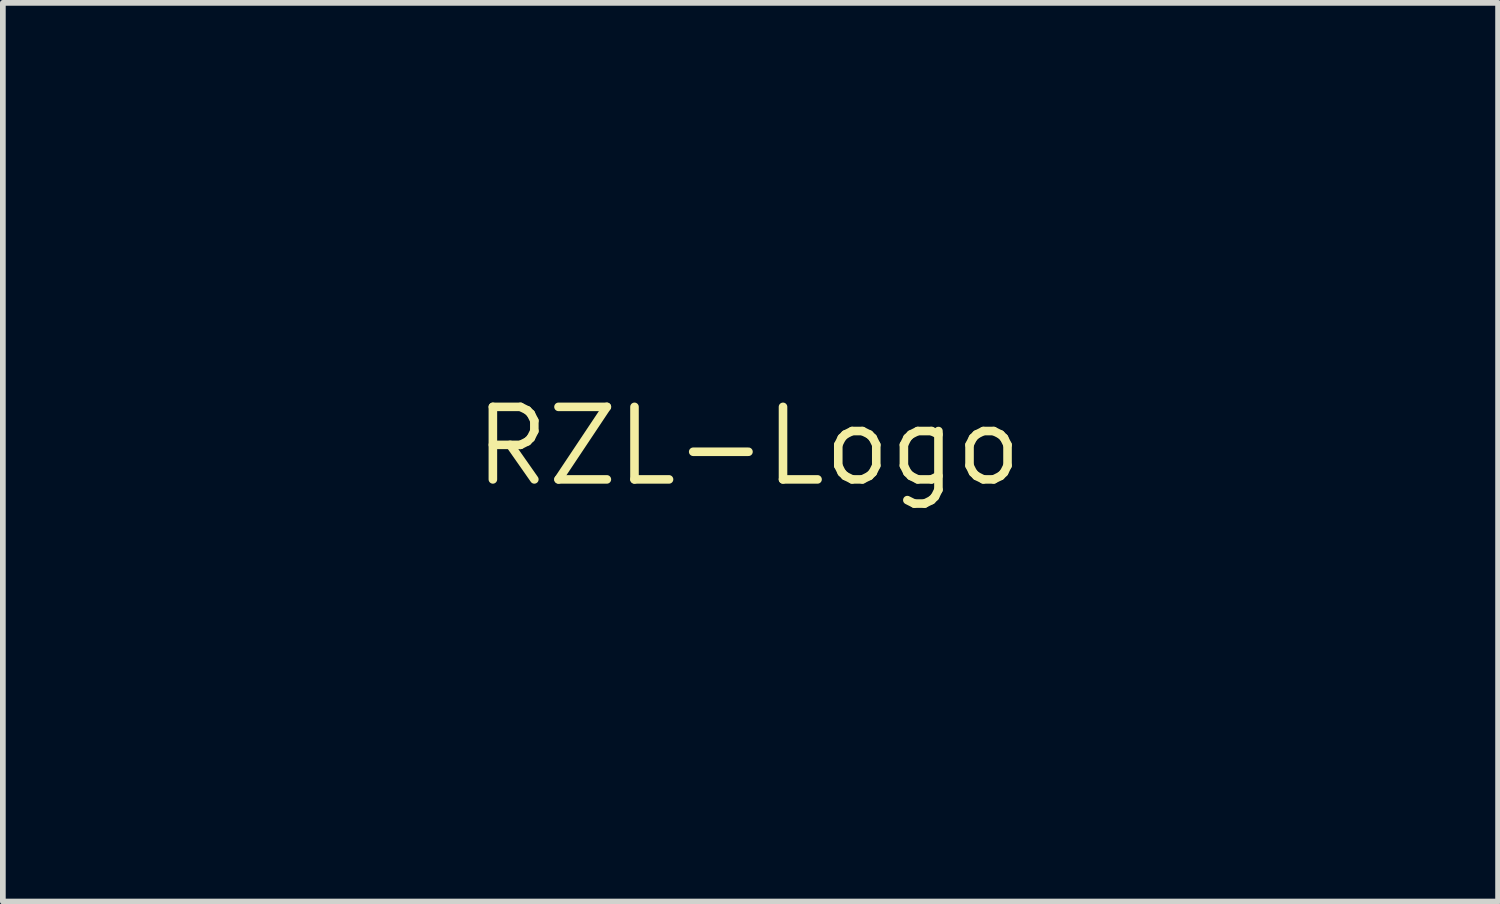
<source format=kicad_pcb>
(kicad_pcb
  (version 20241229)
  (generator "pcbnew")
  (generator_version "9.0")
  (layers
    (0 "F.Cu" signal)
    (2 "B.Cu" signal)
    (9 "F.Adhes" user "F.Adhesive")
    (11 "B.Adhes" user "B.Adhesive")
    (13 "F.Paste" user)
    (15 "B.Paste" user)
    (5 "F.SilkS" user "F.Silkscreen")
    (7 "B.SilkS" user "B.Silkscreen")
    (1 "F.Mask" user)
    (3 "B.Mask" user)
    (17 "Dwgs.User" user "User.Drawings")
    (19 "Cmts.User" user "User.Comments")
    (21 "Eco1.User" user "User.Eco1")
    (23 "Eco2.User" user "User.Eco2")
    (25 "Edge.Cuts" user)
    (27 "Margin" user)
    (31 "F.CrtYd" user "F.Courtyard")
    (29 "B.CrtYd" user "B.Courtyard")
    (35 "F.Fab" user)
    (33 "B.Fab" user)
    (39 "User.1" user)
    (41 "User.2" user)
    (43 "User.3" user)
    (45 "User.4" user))
  (footprint "RZL-Logo"
    (layer "F.Cu")
    (at 10.055 4.764)
    (property "Reference" "RZL-Logo" (at 0 0 0) (layer "F.SilkS") (effects (font (size 1.27 1.27) (thickness 0.15))))
    (attr through_hole)
    (fp_poly (pts (xy 6.279 1.39) (xy 6.302 1.405) (xy 6.321 1.449) (xy 6.316 1.499) (xy 6.289 1.541) (xy 6.287 1.543) (xy 6.24 1.568) (xy 6.198 1.563) (xy 6.16 1.529) (xy 6.137 1.479) (xy 6.146 1.429) (xy 6.163 1.401) (xy 6.193 1.385) (xy 6.236 1.382) (xy 6.279 1.39)) (stroke (width 0.01) (type solid)) (fill yes) (layer "F.Mask"))
    (fp_poly (pts (xy 6.263 1.667) (xy 6.302 1.682) (xy 6.302 2.075) (xy 6.302 2.184) (xy 6.3 2.283) (xy 6.298 2.367) (xy 6.296 2.432) (xy 6.293 2.473) (xy 6.29 2.486) (xy 6.257 2.509) (xy 6.21 2.513) (xy 6.202 2.512) (xy 6.175 2.493) (xy 6.159 2.466) (xy 6.154 2.437) (xy 6.15 2.382) (xy 6.147 2.307) (xy 6.145 2.219) (xy 6.144 2.122) (xy 6.144 2.023) (xy 6.145 1.928) (xy 6.147 1.843) (xy 6.151 1.774) (xy 6.155 1.727) (xy 6.158 1.71) (xy 6.186 1.67) (xy 6.227 1.659) (xy 6.263 1.667)) (stroke (width 0.01) (type solid)) (fill yes) (layer "F.Mask"))
    (fp_poly (pts (xy 9.776 1.669) (xy 9.796 1.669) (xy 9.871 1.673) (xy 9.921 1.678) (xy 9.953 1.686) (xy 9.976 1.699) (xy 9.988 1.71) (xy 10.012 1.741) (xy 10.013 1.772) (xy 10.008 1.79) (xy 9.999 1.812) (xy 9.986 1.824) (xy 9.962 1.83) (xy 9.919 1.83) (xy 9.87 1.828) (xy 9.748 1.823) (xy 9.744 2.152) (xy 9.742 2.262) (xy 9.74 2.345) (xy 9.738 2.405) (xy 9.734 2.446) (xy 9.729 2.472) (xy 9.722 2.487) (xy 9.712 2.497) (xy 9.708 2.5) (xy 9.67 2.513) (xy 9.647 2.512) (xy 9.629 2.504) (xy 9.615 2.486) (xy 9.605 2.456) (xy 9.597 2.409) (xy 9.592 2.343) (xy 9.59 2.253) (xy 9.589 2.136) (xy 9.588 2.082) (xy 9.588 1.956) (xy 9.59 1.858) (xy 9.593 1.784) (xy 9.602 1.732) (xy 9.617 1.698) (xy 9.64 1.678) (xy 9.673 1.669) (xy 9.718 1.667) (xy 9.776 1.669)) (stroke (width 0.01) (type solid)) (fill yes) (layer "F.Mask"))
    (fp_poly (pts (xy 7.132 1.344) (xy 7.16 1.365) (xy 7.169 1.376) (xy 7.176 1.389) (xy 7.181 1.409) (xy 7.185 1.439) (xy 7.188 1.483) (xy 7.19 1.544) (xy 7.191 1.626) (xy 7.191 1.733) (xy 7.191 1.867) (xy 7.191 1.873) (xy 7.191 2.349) (xy 7.34 2.349) (xy 7.412 2.35) (xy 7.459 2.354) (xy 7.489 2.361) (xy 7.509 2.374) (xy 7.517 2.382) (xy 7.537 2.414) (xy 7.533 2.452) (xy 7.531 2.457) (xy 7.516 2.5) (xy 7.283 2.505) (xy 7.192 2.506) (xy 7.128 2.506) (xy 7.085 2.504) (xy 7.059 2.499) (xy 7.044 2.492) (xy 7.035 2.48) (xy 7.033 2.478) (xy 7.028 2.452) (xy 7.024 2.396) (xy 7.021 2.31) (xy 7.019 2.197) (xy 7.017 2.057) (xy 7.017 1.916) (xy 7.017 1.772) (xy 7.017 1.656) (xy 7.018 1.565) (xy 7.02 1.496) (xy 7.022 1.446) (xy 7.026 1.41) (xy 7.03 1.387) (xy 7.036 1.372) (xy 7.043 1.362) (xy 7.046 1.36) (xy 7.089 1.336) (xy 7.132 1.344)) (stroke (width 0.01) (type solid)) (fill yes) (layer "F.Mask"))
    (fp_poly (pts (xy 6.681 1.316) (xy 6.696 1.327) (xy 6.706 1.345) (xy 6.712 1.376) (xy 6.716 1.427) (xy 6.719 1.496) (xy 6.723 1.659) (xy 6.786 1.664) (xy 6.845 1.674) (xy 6.877 1.696) (xy 6.889 1.734) (xy 6.89 1.748) (xy 6.878 1.791) (xy 6.841 1.816) (xy 6.778 1.826) (xy 6.772 1.826) (xy 6.715 1.826) (xy 6.715 2.044) (xy 6.717 2.147) (xy 6.721 2.223) (xy 6.73 2.277) (xy 6.745 2.314) (xy 6.767 2.337) (xy 6.799 2.353) (xy 6.808 2.357) (xy 6.863 2.385) (xy 6.892 2.422) (xy 6.892 2.464) (xy 6.891 2.465) (xy 6.863 2.5) (xy 6.814 2.513) (xy 6.767 2.508) (xy 6.684 2.474) (xy 6.62 2.416) (xy 6.603 2.392) (xy 6.592 2.37) (xy 6.583 2.343) (xy 6.578 2.307) (xy 6.574 2.256) (xy 6.573 2.184) (xy 6.572 2.085) (xy 6.572 2.084) (xy 6.572 1.826) (xy 6.532 1.826) (xy 6.473 1.816) (xy 6.439 1.786) (xy 6.429 1.748) (xy 6.439 1.702) (xy 6.469 1.675) (xy 6.517 1.664) (xy 6.564 1.659) (xy 6.569 1.496) (xy 6.571 1.422) (xy 6.575 1.373) (xy 6.581 1.344) (xy 6.591 1.327) (xy 6.607 1.317) (xy 6.61 1.315) (xy 6.654 1.307) (xy 6.681 1.316)) (stroke (width 0.01) (type solid)) (fill yes) (layer "F.Mask"))
    (fp_poly (pts (xy 3.572 1.68) (xy 3.589 1.71) (xy 3.593 1.737) (xy 3.597 1.79) (xy 3.6 1.865) (xy 3.602 1.955) (xy 3.604 2.056) (xy 3.604 2.093) (xy 3.604 2.218) (xy 3.602 2.316) (xy 3.599 2.388) (xy 3.59 2.44) (xy 3.576 2.474) (xy 3.555 2.495) (xy 3.524 2.505) (xy 3.482 2.508) (xy 3.428 2.508) (xy 3.416 2.508) (xy 3.323 2.504) (xy 3.257 2.493) (xy 3.225 2.481) (xy 3.183 2.451) (xy 3.141 2.408) (xy 3.13 2.392) (xy 3.115 2.369) (xy 3.105 2.348) (xy 3.097 2.324) (xy 3.092 2.291) (xy 3.09 2.244) (xy 3.088 2.179) (xy 3.088 2.091) (xy 3.088 2.012) (xy 3.088 1.904) (xy 3.089 1.823) (xy 3.091 1.765) (xy 3.094 1.726) (xy 3.099 1.701) (xy 3.107 1.685) (xy 3.117 1.675) (xy 3.119 1.673) (xy 3.159 1.66) (xy 3.203 1.666) (xy 3.223 1.678) (xy 3.225 1.695) (xy 3.229 1.74) (xy 3.232 1.806) (xy 3.235 1.888) (xy 3.238 1.983) (xy 3.239 1.995) (xy 3.242 2.11) (xy 3.246 2.196) (xy 3.252 2.259) (xy 3.262 2.302) (xy 3.278 2.329) (xy 3.3 2.343) (xy 3.331 2.348) (xy 3.371 2.349) (xy 3.376 2.349) (xy 3.445 2.349) (xy 3.445 1.682) (xy 3.484 1.667) (xy 3.535 1.659) (xy 3.572 1.68)) (stroke (width 0.01) (type solid)) (fill yes) (layer "F.Mask"))
    (fp_poly (pts (xy 5.082 1.353) (xy 5.341 1.357) (xy 5.355 1.397) (xy 5.357 1.413) (xy 5.354 1.438) (xy 5.344 1.474) (xy 5.326 1.526) (xy 5.3 1.595) (xy 5.264 1.685) (xy 5.216 1.799) (xy 5.179 1.889) (xy 4.989 2.342) (xy 5.162 2.349) (xy 5.245 2.354) (xy 5.301 2.361) (xy 5.335 2.37) (xy 5.35 2.381) (xy 5.365 2.425) (xy 5.351 2.474) (xy 5.349 2.478) (xy 5.341 2.489) (xy 5.327 2.497) (xy 5.303 2.503) (xy 5.263 2.506) (xy 5.204 2.508) (xy 5.12 2.508) (xy 5.075 2.508) (xy 4.963 2.507) (xy 4.882 2.504) (xy 4.828 2.499) (xy 4.8 2.491) (xy 4.797 2.489) (xy 4.781 2.458) (xy 4.778 2.439) (xy 4.784 2.417) (xy 4.801 2.37) (xy 4.828 2.301) (xy 4.862 2.215) (xy 4.902 2.116) (xy 4.947 2.007) (xy 4.961 1.974) (xy 5.007 1.864) (xy 5.049 1.763) (xy 5.085 1.675) (xy 5.114 1.604) (xy 5.133 1.553) (xy 5.143 1.526) (xy 5.144 1.524) (xy 5.128 1.517) (xy 5.087 1.511) (xy 5.024 1.509) (xy 4.986 1.508) (xy 4.899 1.506) (xy 4.84 1.498) (xy 4.803 1.483) (xy 4.784 1.459) (xy 4.778 1.424) (xy 4.778 1.422) (xy 4.781 1.396) (xy 4.791 1.377) (xy 4.813 1.364) (xy 4.85 1.356) (xy 4.908 1.353) (xy 4.99 1.352) (xy 5.082 1.353)) (stroke (width 0.01) (type solid)) (fill yes) (layer "F.Mask"))
    (fp_poly (pts (xy 2.766 1.678) (xy 2.835 1.72) (xy 2.887 1.779) (xy 2.899 1.804) (xy 2.907 1.838) (xy 2.913 1.896) (xy 2.917 1.972) (xy 2.92 2.06) (xy 2.922 2.154) (xy 2.921 2.246) (xy 2.92 2.331) (xy 2.916 2.403) (xy 2.911 2.454) (xy 2.905 2.478) (xy 2.893 2.493) (xy 2.872 2.502) (xy 2.837 2.506) (xy 2.779 2.508) (xy 2.75 2.508) (xy 2.676 2.505) (xy 2.612 2.498) (xy 2.568 2.488) (xy 2.563 2.486) (xy 2.493 2.44) (xy 2.444 2.376) (xy 2.419 2.302) (xy 2.419 2.239) (xy 2.574 2.239) (xy 2.576 2.284) (xy 2.598 2.32) (xy 2.638 2.343) (xy 2.693 2.349) (xy 2.762 2.349) (xy 2.762 2.159) (xy 2.699 2.159) (xy 2.639 2.17) (xy 2.596 2.198) (xy 2.574 2.239) (xy 2.419 2.239) (xy 2.419 2.223) (xy 2.444 2.145) (xy 2.491 2.081) (xy 2.55 2.034) (xy 2.616 2.009) (xy 2.7 2) (xy 2.709 2) (xy 2.745 1.998) (xy 2.76 1.983) (xy 2.762 1.946) (xy 2.762 1.946) (xy 2.753 1.877) (xy 2.727 1.834) (xy 2.685 1.819) (xy 2.629 1.831) (xy 2.608 1.841) (xy 2.567 1.86) (xy 2.541 1.863) (xy 2.517 1.851) (xy 2.486 1.816) (xy 2.482 1.775) (xy 2.501 1.732) (xy 2.541 1.695) (xy 2.6 1.668) (xy 2.606 1.666) (xy 2.687 1.659) (xy 2.766 1.678)) (stroke (width 0.01) (type solid)) (fill yes) (layer "F.Mask"))
    (fp_poly (pts (xy 7.888 1.672) (xy 7.918 1.686) (xy 7.969 1.715) (xy 8.008 1.747) (xy 8.036 1.788) (xy 8.057 1.841) (xy 8.07 1.911) (xy 8.077 2.002) (xy 8.08 2.119) (xy 8.08 2.175) (xy 8.08 2.284) (xy 8.077 2.366) (xy 8.071 2.423) (xy 8.057 2.462) (xy 8.035 2.485) (xy 8.002 2.497) (xy 7.955 2.502) (xy 7.897 2.503) (xy 7.831 2.504) (xy 7.775 2.502) (xy 7.739 2.499) (xy 7.731 2.497) (xy 7.655 2.452) (xy 7.601 2.386) (xy 7.573 2.303) (xy 7.569 2.259) (xy 7.725 2.259) (xy 7.734 2.303) (xy 7.757 2.334) (xy 7.766 2.339) (xy 7.794 2.344) (xy 7.839 2.348) (xy 7.854 2.348) (xy 7.922 2.349) (xy 7.922 2.159) (xy 7.854 2.159) (xy 7.799 2.163) (xy 7.765 2.176) (xy 7.741 2.204) (xy 7.733 2.217) (xy 7.725 2.259) (xy 7.569 2.259) (xy 7.569 2.252) (xy 7.583 2.167) (xy 7.624 2.096) (xy 7.687 2.042) (xy 7.768 2.009) (xy 7.847 2) (xy 7.893 1.999) (xy 7.914 1.991) (xy 7.921 1.973) (xy 7.922 1.962) (xy 7.912 1.897) (xy 7.885 1.849) (xy 7.847 1.821) (xy 7.803 1.818) (xy 7.772 1.831) (xy 7.719 1.854) (xy 7.672 1.854) (xy 7.638 1.834) (xy 7.622 1.796) (xy 7.623 1.775) (xy 7.642 1.739) (xy 7.684 1.703) (xy 7.74 1.674) (xy 7.788 1.66) (xy 7.837 1.657) (xy 7.888 1.672)) (stroke (width 0.01) (type solid)) (fill yes) (layer "F.Mask"))
    (fp_poly (pts (xy 5.799 1.669) (xy 5.87 1.698) (xy 5.93 1.748) (xy 5.973 1.819) (xy 5.983 1.849) (xy 5.996 1.917) (xy 6 1.993) (xy 5.997 2.065) (xy 5.985 2.118) (xy 5.977 2.137) (xy 5.965 2.149) (xy 5.942 2.155) (xy 5.904 2.158) (xy 5.842 2.159) (xy 5.81 2.159) (xy 5.73 2.16) (xy 5.677 2.166) (xy 5.647 2.178) (xy 5.636 2.201) (xy 5.638 2.236) (xy 5.645 2.268) (xy 5.67 2.321) (xy 5.703 2.346) (xy 5.736 2.358) (xy 5.764 2.354) (xy 5.802 2.334) (xy 5.857 2.31) (xy 5.899 2.315) (xy 5.926 2.345) (xy 5.932 2.361) (xy 5.933 2.409) (xy 5.907 2.449) (xy 5.864 2.479) (xy 5.782 2.511) (xy 5.701 2.512) (xy 5.662 2.501) (xy 5.614 2.48) (xy 5.574 2.454) (xy 5.569 2.45) (xy 5.542 2.422) (xy 5.522 2.392) (xy 5.508 2.353) (xy 5.499 2.302) (xy 5.495 2.232) (xy 5.493 2.138) (xy 5.493 2.084) (xy 5.493 2) (xy 5.631 2) (xy 5.842 2) (xy 5.842 1.944) (xy 5.831 1.895) (xy 5.805 1.85) (xy 5.77 1.819) (xy 5.741 1.81) (xy 5.7 1.824) (xy 5.665 1.863) (xy 5.643 1.918) (xy 5.64 1.933) (xy 5.631 2) (xy 5.493 2) (xy 5.493 1.987) (xy 5.495 1.916) (xy 5.498 1.866) (xy 5.504 1.83) (xy 5.513 1.803) (xy 5.524 1.783) (xy 5.579 1.718) (xy 5.648 1.678) (xy 5.723 1.662) (xy 5.799 1.669)) (stroke (width 0.01) (type solid)) (fill yes) (layer "F.Mask"))
    (fp_poly (pts (xy 9.218 1.665) (xy 9.292 1.693) (xy 9.357 1.746) (xy 9.394 1.799) (xy 9.405 1.825) (xy 9.413 1.859) (xy 9.418 1.906) (xy 9.421 1.972) (xy 9.422 2.063) (xy 9.422 2.088) (xy 9.421 2.182) (xy 9.42 2.251) (xy 9.416 2.3) (xy 9.409 2.335) (xy 9.4 2.361) (xy 9.39 2.38) (xy 9.332 2.45) (xy 9.259 2.495) (xy 9.176 2.512) (xy 9.114 2.507) (xy 9.035 2.474) (xy 8.97 2.415) (xy 8.946 2.38) (xy 8.933 2.355) (xy 8.924 2.327) (xy 8.919 2.289) (xy 8.915 2.235) (xy 8.914 2.161) (xy 8.914 2.088) (xy 9.065 2.088) (xy 9.065 2.171) (xy 9.067 2.229) (xy 9.071 2.267) (xy 9.078 2.293) (xy 9.09 2.311) (xy 9.104 2.326) (xy 9.144 2.358) (xy 9.181 2.362) (xy 9.222 2.338) (xy 9.226 2.335) (xy 9.241 2.321) (xy 9.251 2.305) (xy 9.258 2.281) (xy 9.261 2.243) (xy 9.263 2.185) (xy 9.263 2.102) (xy 9.263 2.088) (xy 9.263 2) (xy 9.261 1.939) (xy 9.258 1.899) (xy 9.252 1.873) (xy 9.242 1.856) (xy 9.228 1.842) (xy 9.226 1.84) (xy 9.183 1.814) (xy 9.147 1.816) (xy 9.107 1.846) (xy 9.104 1.849) (xy 9.087 1.867) (xy 9.076 1.886) (xy 9.07 1.913) (xy 9.066 1.954) (xy 9.065 2.016) (xy 9.065 2.088) (xy 8.914 2.088) (xy 8.914 1.989) (xy 8.917 1.917) (xy 8.921 1.866) (xy 8.929 1.83) (xy 8.939 1.804) (xy 8.94 1.802) (xy 8.995 1.731) (xy 9.063 1.684) (xy 9.14 1.662) (xy 9.218 1.665)) (stroke (width 0.01) (type solid)) (fill yes) (layer "F.Mask"))
    (fp_poly (pts (xy 8.355 1.312) (xy 8.382 1.333) (xy 8.397 1.353) (xy 8.407 1.379) (xy 8.412 1.419) (xy 8.414 1.481) (xy 8.414 1.516) (xy 8.414 1.667) (xy 8.486 1.667) (xy 8.58 1.679) (xy 8.656 1.717) (xy 8.709 1.771) (xy 8.727 1.796) (xy 8.74 1.818) (xy 8.748 1.846) (xy 8.753 1.884) (xy 8.757 1.938) (xy 8.759 2.016) (xy 8.76 2.062) (xy 8.762 2.154) (xy 8.761 2.221) (xy 8.759 2.268) (xy 8.753 2.303) (xy 8.744 2.332) (xy 8.73 2.362) (xy 8.728 2.364) (xy 8.694 2.421) (xy 8.657 2.46) (xy 8.61 2.485) (xy 8.546 2.499) (xy 8.459 2.505) (xy 8.448 2.505) (xy 8.366 2.507) (xy 8.311 2.503) (xy 8.281 2.495) (xy 8.275 2.49) (xy 8.269 2.477) (xy 8.265 2.448) (xy 8.261 2.4) (xy 8.259 2.331) (xy 8.257 2.239) (xy 8.256 2.121) (xy 8.255 1.974) (xy 8.255 1.911) (xy 8.255 1.826) (xy 8.414 1.826) (xy 8.414 2.349) (xy 8.484 2.349) (xy 8.535 2.345) (xy 8.566 2.33) (xy 8.58 2.314) (xy 8.591 2.29) (xy 8.598 2.252) (xy 8.603 2.195) (xy 8.604 2.113) (xy 8.604 2.088) (xy 8.603 1.99) (xy 8.598 1.92) (xy 8.586 1.873) (xy 8.567 1.845) (xy 8.537 1.83) (xy 8.496 1.826) (xy 8.484 1.826) (xy 8.414 1.826) (xy 8.255 1.826) (xy 8.255 1.761) (xy 8.256 1.639) (xy 8.257 1.543) (xy 8.258 1.469) (xy 8.261 1.414) (xy 8.264 1.376) (xy 8.269 1.35) (xy 8.274 1.334) (xy 8.28 1.327) (xy 8.317 1.304) (xy 8.355 1.312)) (stroke (width 0.01) (type solid)) (fill yes) (layer "F.Mask"))
    (fp_poly (pts (xy 2.039 1.351) (xy 2.109 1.358) (xy 2.162 1.371) (xy 2.205 1.394) (xy 2.244 1.426) (xy 2.289 1.479) (xy 2.317 1.542) (xy 2.331 1.622) (xy 2.334 1.691) (xy 2.324 1.801) (xy 2.295 1.888) (xy 2.248 1.949) (xy 2.23 1.962) (xy 2.202 1.986) (xy 2.191 2.006) (xy 2.196 2.027) (xy 2.21 2.071) (xy 2.232 2.134) (xy 2.258 2.207) (xy 2.264 2.225) (xy 2.299 2.324) (xy 2.32 2.398) (xy 2.327 2.451) (xy 2.322 2.486) (xy 2.304 2.508) (xy 2.286 2.516) (xy 2.257 2.523) (xy 2.233 2.521) (xy 2.211 2.508) (xy 2.189 2.479) (xy 2.164 2.432) (xy 2.135 2.364) (xy 2.1 2.27) (xy 2.072 2.195) (xy 2.045 2.123) (xy 2.026 2.076) (xy 2.01 2.049) (xy 1.995 2.036) (xy 1.977 2.032) (xy 1.967 2.032) (xy 1.921 2.032) (xy 1.921 2.246) (xy 1.92 2.334) (xy 1.919 2.396) (xy 1.915 2.437) (xy 1.908 2.464) (xy 1.898 2.482) (xy 1.889 2.492) (xy 1.845 2.52) (xy 1.802 2.517) (xy 1.773 2.495) (xy 1.765 2.484) (xy 1.76 2.467) (xy 1.755 2.441) (xy 1.752 2.402) (xy 1.749 2.347) (xy 1.748 2.272) (xy 1.747 2.175) (xy 1.746 2.052) (xy 1.746 1.938) (xy 1.747 1.781) (xy 1.748 1.647) (xy 1.751 1.538) (xy 1.752 1.508) (xy 1.921 1.508) (xy 1.921 1.857) (xy 2.008 1.857) (xy 2.069 1.854) (xy 2.108 1.84) (xy 2.126 1.827) (xy 2.156 1.778) (xy 2.171 1.712) (xy 2.17 1.64) (xy 2.168 1.628) (xy 2.143 1.567) (xy 2.094 1.527) (xy 2.023 1.509) (xy 1.998 1.508) (xy 1.921 1.508) (xy 1.752 1.508) (xy 1.754 1.456) (xy 1.758 1.403) (xy 1.763 1.38) (xy 1.773 1.366) (xy 1.792 1.357) (xy 1.823 1.352) (xy 1.875 1.35) (xy 1.944 1.349) (xy 2.039 1.351)) (stroke (width 0.01) (type solid)) (fill yes) (layer "F.Mask"))
    (fp_poly (pts (xy 4.158 1.67) (xy 4.165 1.67) (xy 4.276 1.672) (xy 4.359 1.674) (xy 4.42 1.677) (xy 4.463 1.681) (xy 4.493 1.687) (xy 4.514 1.695) (xy 4.532 1.706) (xy 4.534 1.708) (xy 4.569 1.735) (xy 4.596 1.76) (xy 4.615 1.789) (xy 4.629 1.825) (xy 4.638 1.874) (xy 4.643 1.94) (xy 4.646 2.028) (xy 4.648 2.142) (xy 4.648 2.151) (xy 4.653 2.475) (xy 4.613 2.501) (xy 4.581 2.518) (xy 4.557 2.516) (xy 4.532 2.502) (xy 4.493 2.476) (xy 4.493 2.177) (xy 4.492 2.063) (xy 4.49 1.976) (xy 4.485 1.914) (xy 4.475 1.872) (xy 4.46 1.846) (xy 4.437 1.832) (xy 4.405 1.827) (xy 4.368 1.826) (xy 4.302 1.826) (xy 4.302 2.143) (xy 4.302 2.252) (xy 4.301 2.333) (xy 4.299 2.392) (xy 4.296 2.432) (xy 4.29 2.459) (xy 4.283 2.477) (xy 4.273 2.49) (xy 4.27 2.492) (xy 4.24 2.518) (xy 4.215 2.521) (xy 4.181 2.501) (xy 4.179 2.499) (xy 4.167 2.49) (xy 4.158 2.478) (xy 4.152 2.459) (xy 4.147 2.428) (xy 4.145 2.382) (xy 4.144 2.316) (xy 4.143 2.225) (xy 4.143 2.15) (xy 4.143 1.826) (xy 3.953 1.826) (xy 3.953 2.14) (xy 3.952 2.255) (xy 3.951 2.342) (xy 3.947 2.406) (xy 3.941 2.45) (xy 3.931 2.479) (xy 3.917 2.497) (xy 3.898 2.509) (xy 3.887 2.513) (xy 3.855 2.511) (xy 3.828 2.498) (xy 3.817 2.49) (xy 3.809 2.478) (xy 3.803 2.46) (xy 3.799 2.431) (xy 3.796 2.387) (xy 3.795 2.324) (xy 3.794 2.238) (xy 3.794 2.126) (xy 3.794 2.089) (xy 3.794 1.964) (xy 3.795 1.867) (xy 3.798 1.795) (xy 3.801 1.744) (xy 3.805 1.71) (xy 3.811 1.691) (xy 3.817 1.684) (xy 3.836 1.677) (xy 3.878 1.672) (xy 3.944 1.669) (xy 4.037 1.669) (xy 4.158 1.67)) (stroke (width 0.01) (type solid)) (fill yes) (layer "F.Mask"))
    (fp_poly (pts (xy 1.893 -4.752) (xy 2.007 -4.731) (xy 2.12 -4.696) (xy 2.22 -4.651) (xy 2.314 -4.591) (xy 2.41 -4.511) (xy 2.473 -4.452) (xy 2.57 -4.347) (xy 2.643 -4.246) (xy 2.698 -4.139) (xy 2.739 -4.017) (xy 2.752 -3.969) (xy 2.78 -3.818) (xy 2.798 -3.642) (xy 2.807 -3.444) (xy 2.805 -3.229) (xy 2.794 -3.001) (xy 2.773 -2.764) (xy 2.742 -2.522) (xy 2.721 -2.389) (xy 2.7 -2.27) (xy 2.672 -2.131) (xy 2.64 -1.98) (xy 2.605 -1.825) (xy 2.571 -1.675) (xy 2.537 -1.539) (xy 2.507 -1.425) (xy 2.506 -1.421) (xy 2.46 -1.279) (xy 2.398 -1.12) (xy 2.318 -0.943) (xy 2.221 -0.747) (xy 2.105 -0.529) (xy 1.979 -0.305) (xy 1.927 -0.213) (xy 1.88 -0.13) (xy 1.841 -0.06) (xy 1.813 -0.008) (xy 1.797 0.024) (xy 1.794 0.031) (xy 1.806 0.053) (xy 1.841 0.089) (xy 1.895 0.138) (xy 1.963 0.196) (xy 2.043 0.26) (xy 2.131 0.326) (xy 2.222 0.393) (xy 2.314 0.457) (xy 2.361 0.489) (xy 2.452 0.546) (xy 2.539 0.592) (xy 2.624 0.629) (xy 2.714 0.657) (xy 2.814 0.678) (xy 2.926 0.692) (xy 3.058 0.7) (xy 3.212 0.705) (xy 3.365 0.706) (xy 3.499 0.705) (xy 3.606 0.703) (xy 3.694 0.701) (xy 3.768 0.696) (xy 3.835 0.69) (xy 3.9 0.681) (xy 3.969 0.67) (xy 3.973 0.669) (xy 4.143 0.635) (xy 4.336 0.59) (xy 4.546 0.534) (xy 4.767 0.472) (xy 4.992 0.402) (xy 5.217 0.329) (xy 5.435 0.253) (xy 5.64 0.176) (xy 5.643 0.175) (xy 5.798 0.115) (xy 5.93 0.067) (xy 6.045 0.029) (xy 6.149 -0.001) (xy 6.247 -0.023) (xy 6.345 -0.04) (xy 6.449 -0.054) (xy 6.559 -0.064) (xy 6.772 -0.07) (xy 6.971 -0.053) (xy 7.152 -0.014) (xy 7.314 0.048) (xy 7.39 0.088) (xy 7.441 0.121) (xy 7.507 0.168) (xy 7.58 0.222) (xy 7.644 0.271) (xy 7.768 0.362) (xy 7.902 0.444) (xy 8.041 0.515) (xy 8.178 0.573) (xy 8.307 0.614) (xy 8.423 0.638) (xy 8.485 0.642) (xy 8.544 0.638) (xy 8.603 0.625) (xy 8.666 0.601) (xy 8.736 0.564) (xy 8.816 0.512) (xy 8.91 0.444) (xy 9.02 0.357) (xy 9.14 0.259) (xy 9.273 0.15) (xy 9.388 0.062) (xy 9.487 -0.009) (xy 9.576 -0.063) (xy 9.657 -0.104) (xy 9.734 -0.133) (xy 9.812 -0.153) (xy 9.843 -0.159) (xy 9.92 -0.167) (xy 9.991 -0.167) (xy 10.052 -0.159) (xy 10.097 -0.145) (xy 10.12 -0.125) (xy 10.12 -0.111) (xy 10.111 -0.083) (xy 10.095 -0.034) (xy 10.074 0.027) (xy 10.068 0.047) (xy 10.024 0.177) (xy 9.929 0.181) (xy 9.872 0.187) (xy 9.814 0.204) (xy 9.751 0.231) (xy 9.68 0.272) (xy 9.598 0.329) (xy 9.501 0.404) (xy 9.386 0.499) (xy 9.366 0.516) (xy 9.226 0.631) (xy 9.103 0.726) (xy 8.995 0.803) (xy 8.897 0.864) (xy 8.806 0.911) (xy 8.719 0.947) (xy 8.7 0.953) (xy 8.586 0.977) (xy 8.455 0.982) (xy 8.315 0.967) (xy 8.171 0.933) (xy 8.16 0.929) (xy 8.034 0.883) (xy 7.896 0.822) (xy 7.758 0.751) (xy 7.628 0.676) (xy 7.518 0.602) (xy 7.504 0.591) (xy 7.386 0.503) (xy 7.288 0.433) (xy 7.203 0.379) (xy 7.126 0.34) (xy 7.053 0.312) (xy 6.977 0.293) (xy 6.895 0.281) (xy 6.802 0.275) (xy 6.67 0.272) (xy 6.541 0.278) (xy 6.411 0.295) (xy 6.276 0.323) (xy 6.128 0.364) (xy 5.964 0.419) (xy 5.778 0.489) (xy 5.771 0.492) (xy 5.39 0.632) (xy 4.989 0.762) (xy 4.607 0.872) (xy 4.406 0.925) (xy 4.228 0.967) (xy 4.064 0.999) (xy 3.907 1.023) (xy 3.749 1.038) (xy 3.584 1.048) (xy 3.403 1.052) (xy 3.334 1.052) (xy 3.106 1.047) (xy 2.906 1.032) (xy 2.729 1.006) (xy 2.572 0.969) (xy 2.432 0.92) (xy 2.306 0.858) (xy 2.276 0.84) (xy 2.169 0.772) (xy 2.048 0.689) (xy 1.925 0.599) (xy 1.808 0.509) (xy 1.74 0.454) (xy 1.687 0.41) (xy 1.643 0.376) (xy 1.614 0.354) (xy 1.605 0.349) (xy 1.593 0.362) (xy 1.57 0.397) (xy 1.538 0.449) (xy 1.501 0.512) (xy 1.465 0.572) (xy 1.416 0.652) (xy 1.357 0.747) (xy 1.292 0.851) (xy 1.224 0.957) (xy 1.182 1.024) (xy 1.118 1.123) (xy 1.059 1.218) (xy 1.005 1.303) (xy 0.961 1.376) (xy 0.929 1.43) (xy 0.915 1.457) (xy 0.872 1.54) (xy 0.951 1.635) (xy 1.012 1.71) (xy 1.062 1.779) (xy 1.108 1.849) (xy 1.154 1.929) (xy 1.206 2.028) (xy 1.22 2.057) (xy 1.298 2.227) (xy 1.358 2.394) (xy 1.402 2.565) (xy 1.431 2.747) (xy 1.446 2.947) (xy 1.45 3.127) (xy 1.441 3.403) (xy 1.413 3.662) (xy 1.369 3.903) (xy 1.307 4.125) (xy 1.23 4.326) (xy 1.137 4.502) (xy 1.029 4.654) (xy 0.935 4.753) (xy 0.81 4.851) (xy 0.677 4.919) (xy 0.538 4.958) (xy 0.396 4.966) (xy 0.255 4.944) (xy 0.131 4.895) (xy 0.009 4.818) (xy -0.106 4.718) (xy -0.213 4.598) (xy -0.309 4.462) (xy -0.39 4.316) (xy -0.454 4.161) (xy -0.499 4.003) (xy -0.522 3.846) (xy -0.524 3.784) (xy -0.521 3.736) (xy -0.173 3.736) (xy -0.17 3.891) (xy -0.14 4.028) (xy -0.122 4.074) (xy -0.059 4.205) (xy 0.015 4.325) (xy 0.094 4.43) (xy 0.175 4.515) (xy 0.254 4.575) (xy 0.275 4.587) (xy 0.355 4.612) (xy 0.446 4.619) (xy 0.534 4.607) (xy 0.565 4.596) (xy 0.662 4.539) (xy 0.751 4.454) (xy 0.833 4.342) (xy 0.906 4.207) (xy 0.969 4.051) (xy 1.022 3.876) (xy 1.064 3.684) (xy 1.093 3.48) (xy 1.108 3.264) (xy 1.111 3.135) (xy 1.104 2.915) (xy 1.081 2.717) (xy 1.041 2.535) (xy 0.984 2.362) (xy 0.918 2.218) (xy 0.874 2.133) (xy 0.829 2.054) (xy 0.786 1.985) (xy 0.749 1.931) (xy 0.72 1.896) (xy 0.701 1.883) (xy 0.698 1.885) (xy 0.682 1.906) (xy 0.653 1.951) (xy 0.613 2.017) (xy 0.564 2.098) (xy 0.508 2.192) (xy 0.448 2.294) (xy 0.385 2.401) (xy 0.322 2.509) (xy 0.261 2.614) (xy 0.204 2.712) (xy 0.154 2.8) (xy 0.113 2.874) (xy 0.082 2.929) (xy 0.07 2.953) (xy -0.029 3.172) (xy -0.103 3.376) (xy -0.151 3.564) (xy -0.173 3.736) (xy -0.521 3.736) (xy -0.519 3.701) (xy -0.505 3.598) (xy -0.484 3.484) (xy -0.457 3.369) (xy -0.434 3.286) (xy -0.401 3.183) (xy -0.364 3.081) (xy -0.32 2.977) (xy -0.269 2.866) (xy -0.208 2.746) (xy -0.135 2.612) (xy -0.049 2.461) (xy 0.052 2.29) (xy 0.107 2.199) (xy 0.164 2.104) (xy 0.225 2.002) (xy 0.285 1.903) (xy 0.336 1.818) (xy 0.355 1.786) (xy 0.46 1.611) (xy 0.409 1.566) (xy 0.284 1.472) (xy 0.144 1.396) (xy 0.036 1.355) (xy -0.024 1.337) (xy -0.071 1.324) (xy -0.098 1.319) (xy -0.102 1.32) (xy -0.111 1.335) (xy -0.131 1.374) (xy -0.159 1.43) (xy -0.193 1.498) (xy -0.198 1.508) (xy -0.29 1.681) (xy -0.383 1.829) (xy -0.481 1.961) (xy -0.59 2.082) (xy -0.614 2.106) (xy -0.693 2.181) (xy -0.76 2.237) (xy -0.823 2.28) (xy -0.876 2.309) (xy -1.02 2.367) (xy -1.16 2.4) (xy -1.293 2.406) (xy -1.415 2.387) (xy -1.524 2.343) (xy -1.617 2.273) (xy -1.62 2.271) (xy -1.696 2.175) (xy -1.743 2.07) (xy -1.76 1.958) (xy -1.759 1.95) (xy -1.413 1.95) (xy -1.396 2.002) (xy -1.357 2.04) (xy -1.297 2.06) (xy -1.219 2.062) (xy -1.126 2.044) (xy -1.086 2.03) (xy -1.003 1.987) (xy -0.914 1.918) (xy -0.821 1.828) (xy -0.73 1.721) (xy -0.642 1.601) (xy -0.563 1.473) (xy -0.526 1.401) (xy -0.501 1.35) (xy -0.483 1.31) (xy -0.476 1.289) (xy -0.476 1.288) (xy -0.49 1.279) (xy -0.527 1.281) (xy -0.583 1.293) (xy -0.651 1.312) (xy -0.728 1.338) (xy -0.807 1.367) (xy -0.883 1.4) (xy -0.95 1.433) (xy -0.998 1.46) (xy -1.069 1.511) (xy -1.147 1.576) (xy -1.224 1.647) (xy -1.294 1.717) (xy -1.348 1.78) (xy -1.368 1.809) (xy -1.404 1.885) (xy -1.413 1.95) (xy -1.759 1.95) (xy -1.748 1.841) (xy -1.707 1.72) (xy -1.637 1.598) (xy -1.54 1.477) (xy -1.511 1.447) (xy -1.332 1.285) (xy -1.148 1.154) (xy -0.958 1.055) (xy -0.763 0.986) (xy -0.561 0.948) (xy -0.467 0.94) (xy -0.291 0.933) (xy -0.234 0.788) (xy -0.174 0.625) (xy -0.128 0.476) (xy -0.095 0.333) (xy -0.073 0.187) (xy -0.061 0.03) (xy -0.057 -0.148) (xy -0.057 -0.191) (xy -0.059 -0.332) (xy -0.065 -0.45) (xy -0.076 -0.549) (xy -0.094 -0.636) (xy -0.119 -0.72) (xy -0.152 -0.805) (xy -0.176 -0.857) (xy -0.261 -1.004) (xy -0.37 -1.129) (xy -0.503 -1.233) (xy -0.658 -1.316) (xy -0.837 -1.377) (xy -0.971 -1.407) (xy -1.132 -1.423) (xy -1.315 -1.419) (xy -1.52 -1.397) (xy -1.744 -1.356) (xy -1.986 -1.297) (xy -2.085 -1.269) (xy -2.221 -1.227) (xy -2.343 -1.186) (xy -2.445 -1.148) (xy -2.525 -1.115) (xy -2.578 -1.087) (xy -2.579 -1.086) (xy -2.617 -1.061) (xy -2.588 -0.992) (xy -2.527 -0.827) (xy -2.477 -0.64) (xy -2.437 -0.437) (xy -2.408 -0.226) (xy -2.391 -0.013) (xy -2.386 0.194) (xy -2.395 0.388) (xy -2.418 0.562) (xy -2.423 0.587) (xy -2.463 0.753) (xy -2.513 0.912) (xy -2.57 1.062) (xy -2.633 1.196) (xy -2.699 1.312) (xy -2.767 1.403) (xy -2.825 1.46) (xy -2.937 1.532) (xy -3.056 1.577) (xy -3.178 1.596) (xy -3.297 1.587) (xy -3.401 1.553) (xy -3.464 1.517) (xy -3.531 1.47) (xy -3.569 1.438) (xy -3.633 1.368) (xy -3.684 1.288) (xy -3.724 1.194) (xy -3.753 1.083) (xy -3.772 0.95) (xy -3.783 0.794) (xy -3.786 0.635) (xy -3.786 0.634) (xy -3.445 0.634) (xy -3.442 0.79) (xy -3.433 0.917) (xy -3.417 1.019) (xy -3.393 1.099) (xy -3.36 1.16) (xy -3.319 1.204) (xy -3.303 1.216) (xy -3.231 1.248) (xy -3.156 1.251) (xy -3.099 1.232) (xy -3.058 1.205) (xy -3.017 1.168) (xy -3.013 1.164) (xy -2.974 1.111) (xy -2.931 1.032) (xy -2.888 0.935) (xy -2.846 0.825) (xy -2.807 0.709) (xy -2.775 0.593) (xy -2.752 0.484) (xy -2.746 0.446) (xy -2.737 0.352) (xy -2.733 0.235) (xy -2.733 0.103) (xy -2.739 -0.036) (xy -2.748 -0.174) (xy -2.762 -0.302) (xy -2.776 -0.397) (xy -2.794 -0.489) (xy -2.814 -0.58) (xy -2.835 -0.664) (xy -2.856 -0.735) (xy -2.874 -0.787) (xy -2.888 -0.814) (xy -2.888 -0.814) (xy -2.902 -0.808) (xy -2.929 -0.779) (xy -2.966 -0.732) (xy -3.009 -0.671) (xy -3.057 -0.603) (xy -3.104 -0.53) (xy -3.15 -0.458) (xy -3.189 -0.391) (xy -3.219 -0.334) (xy -3.223 -0.325) (xy -3.278 -0.2) (xy -3.329 -0.064) (xy -3.373 0.072) (xy -3.407 0.197) (xy -3.421 0.267) (xy -3.431 0.341) (xy -3.439 0.437) (xy -3.443 0.543) (xy -3.445 0.634) (xy -3.786 0.634) (xy -3.784 0.471) (xy -3.775 0.329) (xy -3.759 0.199) (xy -3.733 0.074) (xy -3.695 -0.056) (xy -3.645 -0.201) (xy -3.615 -0.279) (xy -3.509 -0.517) (xy -3.377 -0.744) (xy -3.218 -0.966) (xy -3.171 -1.024) (xy -3.092 -1.119) (xy -3.185 -1.204) (xy -3.266 -1.273) (xy -3.357 -1.343) (xy -3.447 -1.408) (xy -3.53 -1.46) (xy -3.572 -1.484) (xy -3.704 -1.537) (xy -3.857 -1.573) (xy -4.023 -1.594) (xy -4.195 -1.599) (xy -4.366 -1.587) (xy -4.528 -1.558) (xy -4.675 -1.514) (xy -4.711 -1.499) (xy -4.785 -1.462) (xy -4.852 -1.419) (xy -4.917 -1.364) (xy -4.986 -1.294) (xy -5.065 -1.202) (xy -5.091 -1.169) (xy -5.159 -1.085) (xy -5.234 -0.993) (xy -5.308 -0.903) (xy -5.371 -0.827) (xy -5.376 -0.821) (xy -5.441 -0.74) (xy -5.513 -0.646) (xy -5.582 -0.552) (xy -5.623 -0.494) (xy -5.72 -0.352) (xy -5.82 -0.207) (xy -5.92 -0.063) (xy -6.017 0.077) (xy -6.111 0.208) (xy -6.197 0.329) (xy -6.274 0.436) (xy -6.339 0.524) (xy -6.39 0.592) (xy -6.411 0.618) (xy -6.499 0.72) (xy -6.58 0.801) (xy -6.662 0.865) (xy -6.753 0.921) (xy -6.818 0.954) (xy -6.974 1.013) (xy -7.148 1.051) (xy -7.341 1.068) (xy -7.554 1.064) (xy -7.789 1.039) (xy -8.046 0.992) (xy -8.125 0.975) (xy -8.214 0.956) (xy -8.277 0.945) (xy -8.318 0.944) (xy -8.341 0.952) (xy -8.35 0.969) (xy -8.35 0.977) (xy -8.362 0.992) (xy -8.388 0.992) (xy -8.419 0.977) (xy -8.439 0.96) (xy -8.454 0.952) (xy -8.491 0.945) (xy -8.551 0.937) (xy -8.637 0.928) (xy -8.75 0.918) (xy -8.892 0.908) (xy -8.915 0.906) (xy -9.059 0.896) (xy -9.174 0.887) (xy -9.264 0.881) (xy -9.332 0.878) (xy -9.381 0.876) (xy -9.414 0.877) (xy -9.436 0.88) (xy -9.448 0.885) (xy -9.454 0.893) (xy -9.458 0.903) (xy -9.461 0.913) (xy -9.477 0.942) (xy -9.491 0.953) (xy -9.509 0.947) (xy -9.55 0.931) (xy -9.606 0.909) (xy -9.669 0.883) (xy -9.733 0.857) (xy -9.79 0.832) (xy -9.833 0.813) (xy -9.855 0.802) (xy -9.856 0.802) (xy -9.854 0.785) (xy -9.842 0.747) (xy -9.822 0.695) (xy -9.82 0.689) (xy -9.8 0.637) (xy -9.787 0.597) (xy -9.784 0.578) (xy -9.784 0.577) (xy -9.8 0.569) (xy -9.839 0.552) (xy -9.894 0.529) (xy -9.921 0.518) (xy -9.979 0.493) (xy -10.023 0.471) (xy -10.047 0.455) (xy -10.05 0.451) (xy -10.045 0.427) (xy -10.034 0.394) (xy -10.019 0.351) (xy -9.882 0.406) (xy -9.821 0.429) (xy -9.771 0.446) (xy -9.739 0.453) (xy -9.732 0.453) (xy -9.723 0.437) (xy -9.705 0.397) (xy -9.68 0.339) (xy -9.651 0.27) (xy -9.62 0.195) (xy -9.589 0.119) (xy -9.562 0.05) (xy -9.539 -0.008) (xy -9.525 -0.048) (xy -9.522 -0.06) (xy -9.534 -0.076) (xy -9.572 -0.1) (xy -9.632 -0.129) (xy -9.652 -0.137) (xy -9.711 -0.162) (xy -9.758 -0.182) (xy -9.786 -0.195) (xy -9.791 -0.197) (xy -9.789 -0.213) (xy -9.778 -0.244) (xy -9.763 -0.277) (xy -9.75 -0.299) (xy -9.747 -0.302) (xy -9.729 -0.296) (xy -9.689 -0.281) (xy -9.634 -0.259) (xy -9.603 -0.247) (xy -9.469 -0.192) (xy -9.431 -0.279) (xy -9.408 -0.325) (xy -9.387 -0.356) (xy -9.375 -0.365) (xy -9.354 -0.359) (xy -9.31 -0.344) (xy -9.25 -0.321) (xy -9.183 -0.295) (xy -9.099 -0.259) (xy -9.043 -0.23) (xy -9.017 -0.21) (xy -9.015 -0.203) (xy -9.021 -0.181) (xy -9.023 -0.161) (xy -9.019 -0.14) (xy -9.006 -0.117) (xy -8.982 -0.088) (xy -8.944 -0.051) (xy -8.89 -0.003) (xy -8.818 0.059) (xy -8.726 0.136) (xy -8.662 0.189) (xy -8.539 0.291) (xy -8.438 0.372) (xy -8.359 0.432) (xy -8.301 0.474) (xy -8.263 0.497) (xy -8.248 0.501) (xy -8.206 0.51) (xy -8.188 0.53) (xy -8.184 0.568) (xy -8.182 0.588) (xy -8.172 0.603) (xy -8.149 0.615) (xy -8.107 0.628) (xy -8.039 0.645) (xy -8.038 0.645) (xy -7.797 0.694) (xy -7.574 0.721) (xy -7.372 0.727) (xy -7.191 0.71) (xy -7.032 0.672) (xy -6.921 0.627) (xy -6.891 0.611) (xy -6.861 0.591) (xy -6.83 0.567) (xy -6.797 0.537) (xy -6.76 0.499) (xy -6.718 0.451) (xy -6.67 0.393) (xy -6.615 0.321) (xy -6.551 0.235) (xy -6.476 0.133) (xy -6.391 0.012) (xy -6.292 -0.127) (xy -6.18 -0.288) (xy -6.053 -0.472) (xy -5.909 -0.68) (xy -5.898 -0.696) (xy -5.837 -0.782) (xy -5.773 -0.87) (xy -5.712 -0.951) (xy -5.659 -1.018) (xy -5.636 -1.045) (xy -5.586 -1.104) (xy -5.524 -1.179) (xy -5.457 -1.261) (xy -5.392 -1.342) (xy -5.38 -1.358) (xy -5.318 -1.433) (xy -5.255 -1.506) (xy -5.196 -1.571) (xy -5.148 -1.62) (xy -5.136 -1.63) (xy -4.993 -1.737) (xy -4.828 -1.82) (xy -4.641 -1.881) (xy -4.433 -1.919) (xy -4.204 -1.934) (xy -4.074 -1.933) (xy -3.868 -1.917) (xy -3.682 -1.883) (xy -3.511 -1.829) (xy -3.35 -1.753) (xy -3.192 -1.651) (xy -3.033 -1.523) (xy -2.961 -1.458) (xy -2.837 -1.34) (xy -2.703 -1.407) (xy -2.587 -1.459) (xy -2.447 -1.513) (xy -2.288 -1.565) (xy -2.12 -1.615) (xy -1.947 -1.66) (xy -1.778 -1.698) (xy -1.619 -1.727) (xy -1.535 -1.739) (xy -1.279 -1.76) (xy -1.04 -1.754) (xy -0.816 -1.722) (xy -0.608 -1.663) (xy -0.414 -1.577) (xy -0.288 -1.501) (xy -0.144 -1.387) (xy -0.018 -1.248) (xy 0.089 -1.086) (xy 0.175 -0.904) (xy 0.239 -0.703) (xy 0.272 -0.548) (xy 0.282 -0.461) (xy 0.288 -0.351) (xy 0.291 -0.228) (xy 0.29 -0.099) (xy 0.286 0.027) (xy 0.279 0.14) (xy 0.271 0.206) (xy 0.254 0.313) (xy 0.228 0.435) (xy 0.198 0.561) (xy 0.164 0.685) (xy 0.13 0.795) (xy 0.098 0.883) (xy 0.097 0.885) (xy 0.05 0.999) (xy 0.116 1.017) (xy 0.2 1.046) (xy 0.298 1.089) (xy 0.398 1.14) (xy 0.489 1.195) (xy 0.516 1.214) (xy 0.616 1.285) (xy 0.66 1.21) (xy 0.682 1.174) (xy 0.717 1.117) (xy 0.764 1.043) (xy 0.818 0.959) (xy 0.875 0.87) (xy 0.889 0.849) (xy 0.956 0.745) (xy 1.028 0.63) (xy 1.1 0.514) (xy 1.165 0.408) (xy 1.212 0.328) (xy 1.35 0.093) (xy 1.219 -0.071) (xy 1.108 -0.217) (xy 1.013 -0.362) (xy 0.93 -0.511) (xy 0.855 -0.673) (xy 0.785 -0.854) (xy 0.743 -0.976) (xy 0.657 -1.274) (xy 0.592 -1.577) (xy 0.55 -1.879) (xy 0.53 -2.173) (xy 0.531 -2.21) (xy 0.876 -2.21) (xy 0.895 -1.886) (xy 0.938 -1.59) (xy 0.974 -1.421) (xy 1.02 -1.246) (xy 1.073 -1.073) (xy 1.131 -0.908) (xy 1.192 -0.759) (xy 1.253 -0.631) (xy 1.279 -0.583) (xy 1.315 -0.524) (xy 1.358 -0.461) (xy 1.403 -0.397) (xy 1.448 -0.337) (xy 1.488 -0.287) (xy 1.52 -0.251) (xy 1.539 -0.235) (xy 1.543 -0.235) (xy 1.553 -0.252) (xy 1.577 -0.292) (xy 1.612 -0.35) (xy 1.654 -0.422) (xy 1.698 -0.5) (xy 1.794 -0.672) (xy 1.884 -0.84) (xy 1.966 -1.002) (xy 2.037 -1.152) (xy 2.097 -1.288) (xy 2.143 -1.404) (xy 2.172 -1.492) (xy 2.203 -1.61) (xy 2.238 -1.751) (xy 2.274 -1.906) (xy 2.309 -2.068) (xy 2.342 -2.227) (xy 2.37 -2.375) (xy 2.372 -2.381) (xy 2.402 -2.567) (xy 2.426 -2.761) (xy 2.445 -2.957) (xy 2.457 -3.149) (xy 2.462 -3.334) (xy 2.462 -3.506) (xy 2.454 -3.659) (xy 2.439 -3.789) (xy 2.43 -3.837) (xy 2.411 -3.913) (xy 2.387 -3.989) (xy 2.363 -4.05) (xy 2.356 -4.065) (xy 2.302 -4.143) (xy 2.227 -4.222) (xy 2.141 -4.295) (xy 2.052 -4.352) (xy 2.037 -4.36) (xy 1.992 -4.381) (xy 1.952 -4.394) (xy 1.908 -4.401) (xy 1.851 -4.405) (xy 1.777 -4.405) (xy 1.701 -4.405) (xy 1.649 -4.402) (xy 1.614 -4.396) (xy 1.586 -4.385) (xy 1.559 -4.367) (xy 1.549 -4.36) (xy 1.479 -4.293) (xy 1.404 -4.197) (xy 1.326 -4.073) (xy 1.244 -3.922) (xy 1.223 -3.881) (xy 1.162 -3.751) (xy 1.11 -3.627) (xy 1.066 -3.505) (xy 1.028 -3.378) (xy 0.994 -3.239) (xy 0.962 -3.082) (xy 0.931 -2.901) (xy 0.928 -2.879) (xy 0.887 -2.54) (xy 0.876 -2.21) (xy 0.531 -2.21) (xy 0.535 -2.455) (xy 0.538 -2.498) (xy 0.556 -2.684) (xy 0.582 -2.878) (xy 0.614 -3.073) (xy 0.651 -3.262) (xy 0.692 -3.441) (xy 0.736 -3.601) (xy 0.781 -3.738) (xy 0.794 -3.771) (xy 0.839 -3.877) (xy 0.895 -3.996) (xy 0.956 -4.116) (xy 1.017 -4.228) (xy 1.072 -4.321) (xy 1.075 -4.325) (xy 1.135 -4.408) (xy 1.204 -4.492) (xy 1.277 -4.57) (xy 1.347 -4.634) (xy 1.407 -4.677) (xy 1.507 -4.721) (xy 1.627 -4.748) (xy 1.759 -4.759) (xy 1.893 -4.752)) (stroke (width 0.01) (type solid)) (fill yes) (layer "F.Mask")))
  (gr_rect
    (start -3 -3)
    (end 23.18 12.735)
    (stroke (width 0.1) (type default))
    (fill no)
    (layer "Edge.Cuts")))
</source>
